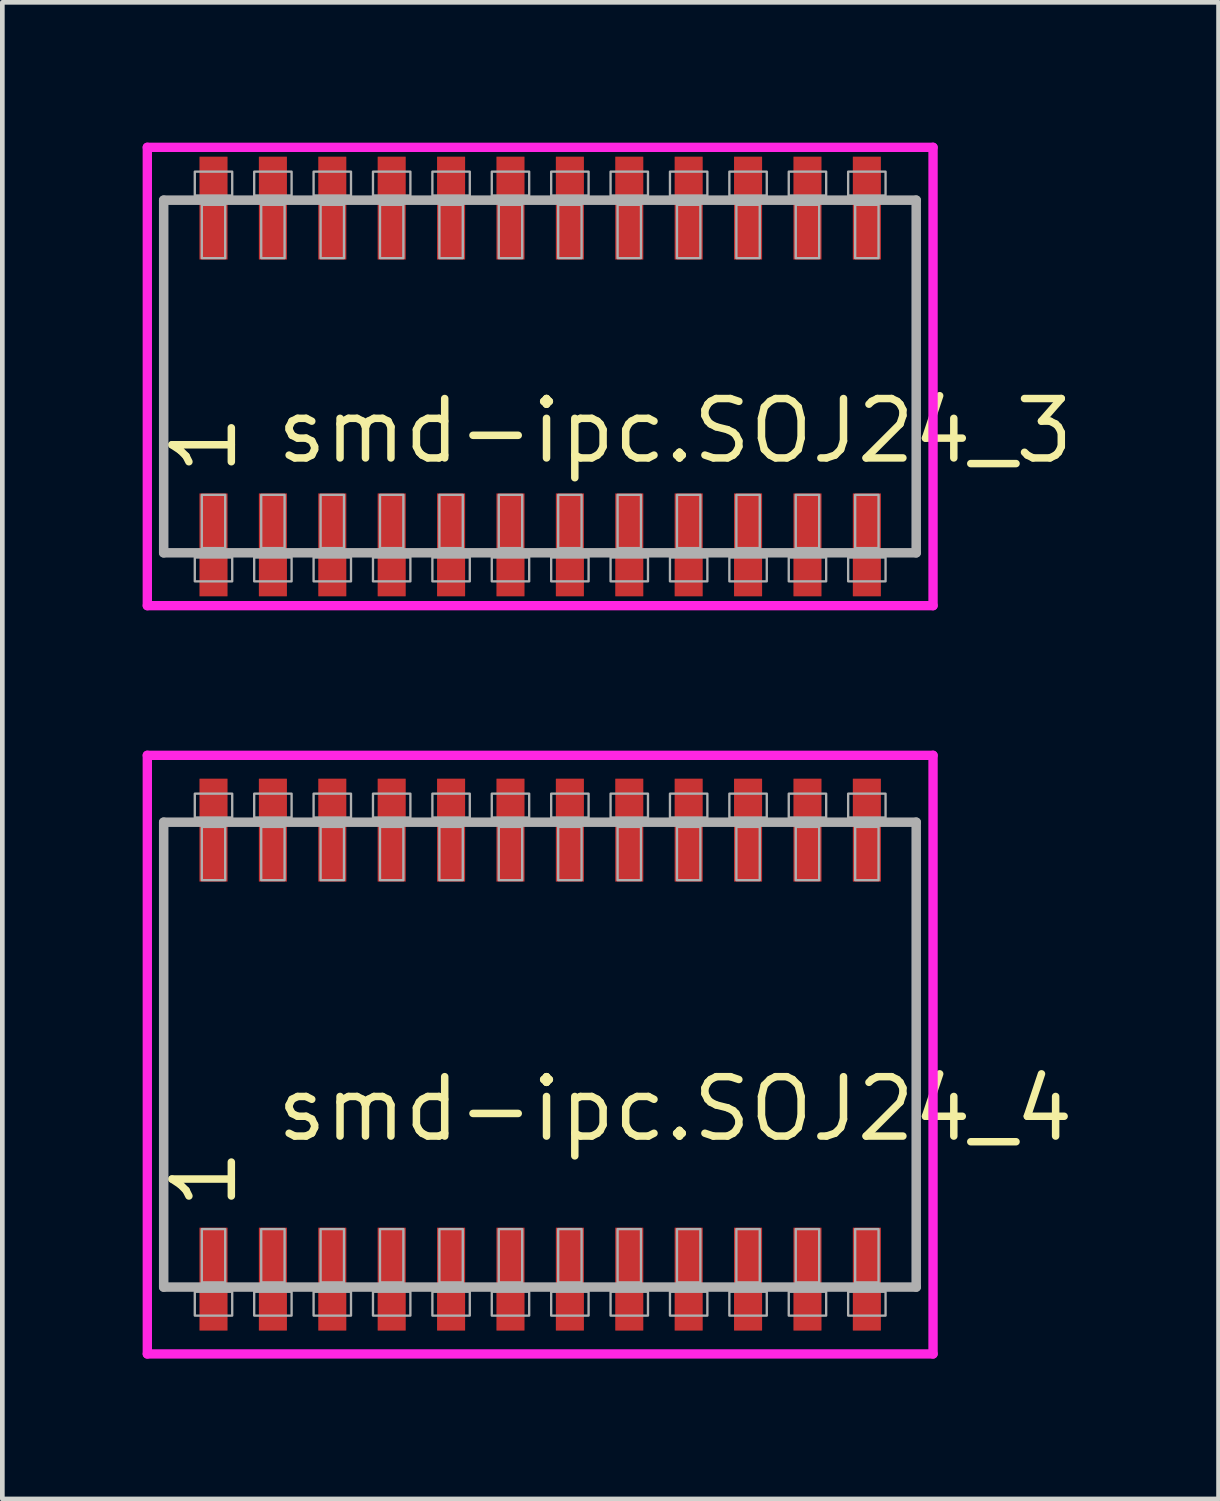
<source format=kicad_pcb>
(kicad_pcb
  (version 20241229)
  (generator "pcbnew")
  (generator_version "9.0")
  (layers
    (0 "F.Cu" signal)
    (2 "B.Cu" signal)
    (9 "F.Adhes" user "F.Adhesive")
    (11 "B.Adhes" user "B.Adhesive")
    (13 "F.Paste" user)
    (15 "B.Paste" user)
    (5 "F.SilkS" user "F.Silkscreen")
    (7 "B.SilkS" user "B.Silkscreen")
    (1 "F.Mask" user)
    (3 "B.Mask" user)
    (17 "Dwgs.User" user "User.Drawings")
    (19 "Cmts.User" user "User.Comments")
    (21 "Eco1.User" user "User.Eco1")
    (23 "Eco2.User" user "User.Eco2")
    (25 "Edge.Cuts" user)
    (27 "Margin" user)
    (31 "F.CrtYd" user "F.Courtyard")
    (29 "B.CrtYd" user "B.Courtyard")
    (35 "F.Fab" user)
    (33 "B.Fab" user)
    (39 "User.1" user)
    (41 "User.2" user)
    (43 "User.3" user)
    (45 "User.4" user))
  (footprint "smd-ipc.SOJ24_3"
    (layer "F.Cu")
    (at 8.5 5)
    (property "Reference" "smd-ipc.SOJ24_3" (at -5.715 1.905 0) (layer "F.SilkS") (effects (font (size 1.27 1.27) (thickness 0.16)) (justify left bottom)))
    (attr smd)
    (fp_line (start -8.4 -4.9) (end 8.4 -4.9) (stroke (width 0.2) (type default)) (layer "F.CrtYd"))
    (fp_line (start -8.4 4.9) (end -8.4 -4.9) (stroke (width 0.2) (type default)) (layer "F.CrtYd"))
    (fp_line (start 8.4 -4.9) (end 8.4 4.9) (stroke (width 0.2) (type default)) (layer "F.CrtYd"))
    (fp_line (start 8.4 4.9) (end -8.4 4.9) (stroke (width 0.2) (type default)) (layer "F.CrtYd"))
    (fp_line (start -8.05 -3.77) (end 8.04 -3.77) (stroke (width 0.203) (type default)) (layer "F.Fab"))
    (fp_line (start -8.05 3.77) (end -8.05 -3.77) (stroke (width 0.203) (type default)) (layer "F.Fab"))
    (fp_line (start 8.04 -3.77) (end 8.04 3.77) (stroke (width 0.203) (type default)) (layer "F.Fab"))
    (fp_line (start 8.04 3.77) (end -8.05 3.77) (stroke (width 0.203) (type default)) (layer "F.Fab"))
    (fp_rect (start -7.385 -3.87) (end -6.585 -4.38) (stroke (width 0.05) (type default)) (fill no) (layer "F.Fab"))
    (fp_rect (start -7.385 4.38) (end -6.585 3.87) (stroke (width 0.05) (type default)) (fill no) (layer "F.Fab"))
    (fp_rect (start -7.235 -2.53) (end -6.735 -3.67) (stroke (width 0.05) (type default)) (fill no) (layer "F.Fab"))
    (fp_rect (start -7.235 3.67) (end -6.735 2.53) (stroke (width 0.05) (type default)) (fill no) (layer "F.Fab"))
    (fp_rect (start -6.115 -3.87) (end -5.315 -4.38) (stroke (width 0.05) (type default)) (fill no) (layer "F.Fab"))
    (fp_rect (start -6.115 4.38) (end -5.315 3.87) (stroke (width 0.05) (type default)) (fill no) (layer "F.Fab"))
    (fp_rect (start -5.965 -2.53) (end -5.465 -3.67) (stroke (width 0.05) (type default)) (fill no) (layer "F.Fab"))
    (fp_rect (start -5.965 3.67) (end -5.465 2.53) (stroke (width 0.05) (type default)) (fill no) (layer "F.Fab"))
    (fp_rect (start -4.845 -3.87) (end -4.045 -4.38) (stroke (width 0.05) (type default)) (fill no) (layer "F.Fab"))
    (fp_rect (start -4.845 4.38) (end -4.045 3.87) (stroke (width 0.05) (type default)) (fill no) (layer "F.Fab"))
    (fp_rect (start -4.695 -2.53) (end -4.195 -3.67) (stroke (width 0.05) (type default)) (fill no) (layer "F.Fab"))
    (fp_rect (start -4.695 3.67) (end -4.195 2.53) (stroke (width 0.05) (type default)) (fill no) (layer "F.Fab"))
    (fp_rect (start -3.575 -3.87) (end -2.775 -4.38) (stroke (width 0.05) (type default)) (fill no) (layer "F.Fab"))
    (fp_rect (start -3.575 4.38) (end -2.775 3.87) (stroke (width 0.05) (type default)) (fill no) (layer "F.Fab"))
    (fp_rect (start -3.425 -2.53) (end -2.925 -3.67) (stroke (width 0.05) (type default)) (fill no) (layer "F.Fab"))
    (fp_rect (start -3.425 3.67) (end -2.925 2.53) (stroke (width 0.05) (type default)) (fill no) (layer "F.Fab"))
    (fp_rect (start -2.305 -3.87) (end -1.505 -4.38) (stroke (width 0.05) (type default)) (fill no) (layer "F.Fab"))
    (fp_rect (start -2.305 4.38) (end -1.505 3.87) (stroke (width 0.05) (type default)) (fill no) (layer "F.Fab"))
    (fp_rect (start -2.155 -2.53) (end -1.655 -3.67) (stroke (width 0.05) (type default)) (fill no) (layer "F.Fab"))
    (fp_rect (start -2.155 3.67) (end -1.655 2.53) (stroke (width 0.05) (type default)) (fill no) (layer "F.Fab"))
    (fp_rect (start -1.035 -3.87) (end -0.235 -4.38) (stroke (width 0.05) (type default)) (fill no) (layer "F.Fab"))
    (fp_rect (start -1.035 4.38) (end -0.235 3.87) (stroke (width 0.05) (type default)) (fill no) (layer "F.Fab"))
    (fp_rect (start -0.885 -2.53) (end -0.385 -3.67) (stroke (width 0.05) (type default)) (fill no) (layer "F.Fab"))
    (fp_rect (start -0.885 3.67) (end -0.385 2.53) (stroke (width 0.05) (type default)) (fill no) (layer "F.Fab"))
    (fp_rect (start 0.235 -3.87) (end 1.035 -4.38) (stroke (width 0.05) (type default)) (fill no) (layer "F.Fab"))
    (fp_rect (start 0.235 4.38) (end 1.035 3.87) (stroke (width 0.05) (type default)) (fill no) (layer "F.Fab"))
    (fp_rect (start 0.385 -2.53) (end 0.885 -3.67) (stroke (width 0.05) (type default)) (fill no) (layer "F.Fab"))
    (fp_rect (start 0.385 3.67) (end 0.885 2.53) (stroke (width 0.05) (type default)) (fill no) (layer "F.Fab"))
    (fp_rect (start 1.505 -3.87) (end 2.305 -4.38) (stroke (width 0.05) (type default)) (fill no) (layer "F.Fab"))
    (fp_rect (start 1.505 4.38) (end 2.305 3.87) (stroke (width 0.05) (type default)) (fill no) (layer "F.Fab"))
    (fp_rect (start 1.655 -2.53) (end 2.155 -3.67) (stroke (width 0.05) (type default)) (fill no) (layer "F.Fab"))
    (fp_rect (start 1.655 3.67) (end 2.155 2.53) (stroke (width 0.05) (type default)) (fill no) (layer "F.Fab"))
    (fp_rect (start 2.775 -3.87) (end 3.575 -4.38) (stroke (width 0.05) (type default)) (fill no) (layer "F.Fab"))
    (fp_rect (start 2.775 4.38) (end 3.575 3.87) (stroke (width 0.05) (type default)) (fill no) (layer "F.Fab"))
    (fp_rect (start 2.925 -2.53) (end 3.425 -3.67) (stroke (width 0.05) (type default)) (fill no) (layer "F.Fab"))
    (fp_rect (start 2.925 3.67) (end 3.425 2.53) (stroke (width 0.05) (type default)) (fill no) (layer "F.Fab"))
    (fp_rect (start 4.045 -3.87) (end 4.845 -4.38) (stroke (width 0.05) (type default)) (fill no) (layer "F.Fab"))
    (fp_rect (start 4.045 4.38) (end 4.845 3.87) (stroke (width 0.05) (type default)) (fill no) (layer "F.Fab"))
    (fp_rect (start 4.195 -2.53) (end 4.695 -3.67) (stroke (width 0.05) (type default)) (fill no) (layer "F.Fab"))
    (fp_rect (start 4.195 3.67) (end 4.695 2.53) (stroke (width 0.05) (type default)) (fill no) (layer "F.Fab"))
    (fp_rect (start 5.315 -3.87) (end 6.115 -4.38) (stroke (width 0.05) (type default)) (fill no) (layer "F.Fab"))
    (fp_rect (start 5.315 4.38) (end 6.115 3.87) (stroke (width 0.05) (type default)) (fill no) (layer "F.Fab"))
    (fp_rect (start 5.465 -2.53) (end 5.965 -3.67) (stroke (width 0.05) (type default)) (fill no) (layer "F.Fab"))
    (fp_rect (start 5.465 3.67) (end 5.965 2.53) (stroke (width 0.05) (type default)) (fill no) (layer "F.Fab"))
    (fp_rect (start 6.585 -3.87) (end 7.385 -4.38) (stroke (width 0.05) (type default)) (fill no) (layer "F.Fab"))
    (fp_rect (start 6.585 4.38) (end 7.385 3.87) (stroke (width 0.05) (type default)) (fill no) (layer "F.Fab"))
    (fp_rect (start 6.735 -2.53) (end 7.235 -3.67) (stroke (width 0.05) (type default)) (fill no) (layer "F.Fab"))
    (fp_rect (start 6.735 3.67) (end 7.235 2.53) (stroke (width 0.05) (type default)) (fill no) (layer "F.Fab"))
    (fp_text user "1" (at -6.44 2.17 90) (layer "F.SilkS") (effects (font (size 1.27 1.27) (thickness 0.16)) (justify left bottom)))
    (pad "1" smd roundrect (at -6.985 3.6) (size 0.6 2.2) (layers "F.Cu" "F.Mask" "F.Paste") (roundrect_rratio 0.01))
    (pad "2" smd roundrect (at -5.715 3.6) (size 0.6 2.2) (layers "F.Cu" "F.Mask" "F.Paste") (roundrect_rratio 0.01))
    (pad "3" smd roundrect (at -4.445 3.6) (size 0.6 2.2) (layers "F.Cu" "F.Mask" "F.Paste") (roundrect_rratio 0.01))
    (pad "4" smd roundrect (at -3.175 3.6) (size 0.6 2.2) (layers "F.Cu" "F.Mask" "F.Paste") (roundrect_rratio 0.01))
    (pad "5" smd roundrect (at -1.905 3.6) (size 0.6 2.2) (layers "F.Cu" "F.Mask" "F.Paste") (roundrect_rratio 0.01))
    (pad "6" smd roundrect (at -0.635 3.6) (size 0.6 2.2) (layers "F.Cu" "F.Mask" "F.Paste") (roundrect_rratio 0.01))
    (pad "7" smd roundrect (at 0.635 3.6) (size 0.6 2.2) (layers "F.Cu" "F.Mask" "F.Paste") (roundrect_rratio 0.01))
    (pad "8" smd roundrect (at 1.905 3.6) (size 0.6 2.2) (layers "F.Cu" "F.Mask" "F.Paste") (roundrect_rratio 0.01))
    (pad "9" smd roundrect (at 3.175 3.6) (size 0.6 2.2) (layers "F.Cu" "F.Mask" "F.Paste") (roundrect_rratio 0.01))
    (pad "10" smd roundrect (at 4.445 3.6) (size 0.6 2.2) (layers "F.Cu" "F.Mask" "F.Paste") (roundrect_rratio 0.01))
    (pad "11" smd roundrect (at 5.715 3.6) (size 0.6 2.2) (layers "F.Cu" "F.Mask" "F.Paste") (roundrect_rratio 0.01))
    (pad "12" smd roundrect (at 6.985 3.6) (size 0.6 2.2) (layers "F.Cu" "F.Mask" "F.Paste") (roundrect_rratio 0.01))
    (pad "13" smd roundrect (at 6.985 -3.6) (size 0.6 2.2) (layers "F.Cu" "F.Mask" "F.Paste") (roundrect_rratio 0.01))
    (pad "14" smd roundrect (at 5.715 -3.6) (size 0.6 2.2) (layers "F.Cu" "F.Mask" "F.Paste") (roundrect_rratio 0.01))
    (pad "15" smd roundrect (at 4.445 -3.6) (size 0.6 2.2) (layers "F.Cu" "F.Mask" "F.Paste") (roundrect_rratio 0.01))
    (pad "16" smd roundrect (at 3.175 -3.6) (size 0.6 2.2) (layers "F.Cu" "F.Mask" "F.Paste") (roundrect_rratio 0.01))
    (pad "17" smd roundrect (at 1.905 -3.6) (size 0.6 2.2) (layers "F.Cu" "F.Mask" "F.Paste") (roundrect_rratio 0.01))
    (pad "18" smd roundrect (at 0.635 -3.6) (size 0.6 2.2) (layers "F.Cu" "F.Mask" "F.Paste") (roundrect_rratio 0.01))
    (pad "19" smd roundrect (at -0.635 -3.6) (size 0.6 2.2) (layers "F.Cu" "F.Mask" "F.Paste") (roundrect_rratio 0.01))
    (pad "20" smd roundrect (at -1.905 -3.6) (size 0.6 2.2) (layers "F.Cu" "F.Mask" "F.Paste") (roundrect_rratio 0.01))
    (pad "21" smd roundrect (at -3.175 -3.6) (size 0.6 2.2) (layers "F.Cu" "F.Mask" "F.Paste") (roundrect_rratio 0.01))
    (pad "22" smd roundrect (at -4.445 -3.6) (size 0.6 2.2) (layers "F.Cu" "F.Mask" "F.Paste") (roundrect_rratio 0.01))
    (pad "23" smd roundrect (at -5.715 -3.6) (size 0.6 2.2) (layers "F.Cu" "F.Mask" "F.Paste") (roundrect_rratio 0.01))
    (pad "24" smd roundrect (at -6.985 -3.6) (size 0.6 2.2) (layers "F.Cu" "F.Mask" "F.Paste") (roundrect_rratio 0.01)))
  (footprint "smd-ipc.SOJ24_4"
    (layer "F.Cu")
    (at 8.5 19.5)
    (property "Reference" "smd-ipc.SOJ24_4" (at -5.715 1.905 0) (layer "F.SilkS") (effects (font (size 1.27 1.27) (thickness 0.16)) (justify left bottom)))
    (attr smd)
    (fp_line (start -8.4 -6.4) (end 8.4 -6.4) (stroke (width 0.2) (type default)) (layer "F.CrtYd"))
    (fp_line (start -8.4 6.4) (end -8.4 -6.4) (stroke (width 0.2) (type default)) (layer "F.CrtYd"))
    (fp_line (start 8.4 -6.4) (end 8.4 6.4) (stroke (width 0.2) (type default)) (layer "F.CrtYd"))
    (fp_line (start 8.4 6.4) (end -8.4 6.4) (stroke (width 0.2) (type default)) (layer "F.CrtYd"))
    (fp_line (start -8.05 -4.97) (end 8.04 -4.97) (stroke (width 0.203) (type default)) (layer "F.Fab"))
    (fp_line (start -8.05 4.97) (end -8.05 -4.97) (stroke (width 0.203) (type default)) (layer "F.Fab"))
    (fp_line (start 8.04 -4.97) (end 8.04 4.97) (stroke (width 0.203) (type default)) (layer "F.Fab"))
    (fp_line (start 8.04 4.97) (end -8.05 4.97) (stroke (width 0.203) (type default)) (layer "F.Fab"))
    (fp_rect (start -7.385 -5.07) (end -6.585 -5.58) (stroke (width 0.05) (type default)) (fill no) (layer "F.Fab"))
    (fp_rect (start -7.385 5.58) (end -6.585 5.07) (stroke (width 0.05) (type default)) (fill no) (layer "F.Fab"))
    (fp_rect (start -7.235 -3.73) (end -6.735 -4.87) (stroke (width 0.05) (type default)) (fill no) (layer "F.Fab"))
    (fp_rect (start -7.235 4.87) (end -6.735 3.73) (stroke (width 0.05) (type default)) (fill no) (layer "F.Fab"))
    (fp_rect (start -6.115 -5.07) (end -5.315 -5.58) (stroke (width 0.05) (type default)) (fill no) (layer "F.Fab"))
    (fp_rect (start -6.115 5.58) (end -5.315 5.07) (stroke (width 0.05) (type default)) (fill no) (layer "F.Fab"))
    (fp_rect (start -5.965 -3.73) (end -5.465 -4.87) (stroke (width 0.05) (type default)) (fill no) (layer "F.Fab"))
    (fp_rect (start -5.965 4.87) (end -5.465 3.73) (stroke (width 0.05) (type default)) (fill no) (layer "F.Fab"))
    (fp_rect (start -4.845 -5.07) (end -4.045 -5.58) (stroke (width 0.05) (type default)) (fill no) (layer "F.Fab"))
    (fp_rect (start -4.845 5.58) (end -4.045 5.07) (stroke (width 0.05) (type default)) (fill no) (layer "F.Fab"))
    (fp_rect (start -4.695 -3.73) (end -4.195 -4.87) (stroke (width 0.05) (type default)) (fill no) (layer "F.Fab"))
    (fp_rect (start -4.695 4.87) (end -4.195 3.73) (stroke (width 0.05) (type default)) (fill no) (layer "F.Fab"))
    (fp_rect (start -3.575 -5.07) (end -2.775 -5.58) (stroke (width 0.05) (type default)) (fill no) (layer "F.Fab"))
    (fp_rect (start -3.575 5.58) (end -2.775 5.07) (stroke (width 0.05) (type default)) (fill no) (layer "F.Fab"))
    (fp_rect (start -3.425 -3.73) (end -2.925 -4.87) (stroke (width 0.05) (type default)) (fill no) (layer "F.Fab"))
    (fp_rect (start -3.425 4.87) (end -2.925 3.73) (stroke (width 0.05) (type default)) (fill no) (layer "F.Fab"))
    (fp_rect (start -2.305 -5.07) (end -1.505 -5.58) (stroke (width 0.05) (type default)) (fill no) (layer "F.Fab"))
    (fp_rect (start -2.305 5.58) (end -1.505 5.07) (stroke (width 0.05) (type default)) (fill no) (layer "F.Fab"))
    (fp_rect (start -2.155 -3.73) (end -1.655 -4.87) (stroke (width 0.05) (type default)) (fill no) (layer "F.Fab"))
    (fp_rect (start -2.155 4.87) (end -1.655 3.73) (stroke (width 0.05) (type default)) (fill no) (layer "F.Fab"))
    (fp_rect (start -1.035 -5.07) (end -0.235 -5.58) (stroke (width 0.05) (type default)) (fill no) (layer "F.Fab"))
    (fp_rect (start -1.035 5.58) (end -0.235 5.07) (stroke (width 0.05) (type default)) (fill no) (layer "F.Fab"))
    (fp_rect (start -0.885 -3.73) (end -0.385 -4.87) (stroke (width 0.05) (type default)) (fill no) (layer "F.Fab"))
    (fp_rect (start -0.885 4.87) (end -0.385 3.73) (stroke (width 0.05) (type default)) (fill no) (layer "F.Fab"))
    (fp_rect (start 0.235 -5.07) (end 1.035 -5.58) (stroke (width 0.05) (type default)) (fill no) (layer "F.Fab"))
    (fp_rect (start 0.235 5.58) (end 1.035 5.07) (stroke (width 0.05) (type default)) (fill no) (layer "F.Fab"))
    (fp_rect (start 0.385 -3.73) (end 0.885 -4.87) (stroke (width 0.05) (type default)) (fill no) (layer "F.Fab"))
    (fp_rect (start 0.385 4.87) (end 0.885 3.73) (stroke (width 0.05) (type default)) (fill no) (layer "F.Fab"))
    (fp_rect (start 1.505 -5.07) (end 2.305 -5.58) (stroke (width 0.05) (type default)) (fill no) (layer "F.Fab"))
    (fp_rect (start 1.505 5.58) (end 2.305 5.07) (stroke (width 0.05) (type default)) (fill no) (layer "F.Fab"))
    (fp_rect (start 1.655 -3.73) (end 2.155 -4.87) (stroke (width 0.05) (type default)) (fill no) (layer "F.Fab"))
    (fp_rect (start 1.655 4.87) (end 2.155 3.73) (stroke (width 0.05) (type default)) (fill no) (layer "F.Fab"))
    (fp_rect (start 2.775 -5.07) (end 3.575 -5.58) (stroke (width 0.05) (type default)) (fill no) (layer "F.Fab"))
    (fp_rect (start 2.775 5.58) (end 3.575 5.07) (stroke (width 0.05) (type default)) (fill no) (layer "F.Fab"))
    (fp_rect (start 2.925 -3.73) (end 3.425 -4.87) (stroke (width 0.05) (type default)) (fill no) (layer "F.Fab"))
    (fp_rect (start 2.925 4.87) (end 3.425 3.73) (stroke (width 0.05) (type default)) (fill no) (layer "F.Fab"))
    (fp_rect (start 4.045 -5.07) (end 4.845 -5.58) (stroke (width 0.05) (type default)) (fill no) (layer "F.Fab"))
    (fp_rect (start 4.045 5.58) (end 4.845 5.07) (stroke (width 0.05) (type default)) (fill no) (layer "F.Fab"))
    (fp_rect (start 4.195 -3.73) (end 4.695 -4.87) (stroke (width 0.05) (type default)) (fill no) (layer "F.Fab"))
    (fp_rect (start 4.195 4.87) (end 4.695 3.73) (stroke (width 0.05) (type default)) (fill no) (layer "F.Fab"))
    (fp_rect (start 5.315 -5.07) (end 6.115 -5.58) (stroke (width 0.05) (type default)) (fill no) (layer "F.Fab"))
    (fp_rect (start 5.315 5.58) (end 6.115 5.07) (stroke (width 0.05) (type default)) (fill no) (layer "F.Fab"))
    (fp_rect (start 5.465 -3.73) (end 5.965 -4.87) (stroke (width 0.05) (type default)) (fill no) (layer "F.Fab"))
    (fp_rect (start 5.465 4.87) (end 5.965 3.73) (stroke (width 0.05) (type default)) (fill no) (layer "F.Fab"))
    (fp_rect (start 6.585 -5.07) (end 7.385 -5.58) (stroke (width 0.05) (type default)) (fill no) (layer "F.Fab"))
    (fp_rect (start 6.585 5.58) (end 7.385 5.07) (stroke (width 0.05) (type default)) (fill no) (layer "F.Fab"))
    (fp_rect (start 6.735 -3.73) (end 7.235 -4.87) (stroke (width 0.05) (type default)) (fill no) (layer "F.Fab"))
    (fp_rect (start 6.735 4.87) (end 7.235 3.73) (stroke (width 0.05) (type default)) (fill no) (layer "F.Fab"))
    (fp_text user "1" (at -6.44 3.37 90) (layer "F.SilkS") (effects (font (size 1.27 1.27) (thickness 0.16)) (justify left bottom)))
    (pad "1" smd roundrect (at -6.985 4.8) (size 0.6 2.2) (layers "F.Cu" "F.Mask" "F.Paste") (roundrect_rratio 0.01))
    (pad "2" smd roundrect (at -5.715 4.8) (size 0.6 2.2) (layers "F.Cu" "F.Mask" "F.Paste") (roundrect_rratio 0.01))
    (pad "3" smd roundrect (at -4.445 4.8) (size 0.6 2.2) (layers "F.Cu" "F.Mask" "F.Paste") (roundrect_rratio 0.01))
    (pad "4" smd roundrect (at -3.175 4.8) (size 0.6 2.2) (layers "F.Cu" "F.Mask" "F.Paste") (roundrect_rratio 0.01))
    (pad "5" smd roundrect (at -1.905 4.8) (size 0.6 2.2) (layers "F.Cu" "F.Mask" "F.Paste") (roundrect_rratio 0.01))
    (pad "6" smd roundrect (at -0.635 4.8) (size 0.6 2.2) (layers "F.Cu" "F.Mask" "F.Paste") (roundrect_rratio 0.01))
    (pad "7" smd roundrect (at 0.635 4.8) (size 0.6 2.2) (layers "F.Cu" "F.Mask" "F.Paste") (roundrect_rratio 0.01))
    (pad "8" smd roundrect (at 1.905 4.8) (size 0.6 2.2) (layers "F.Cu" "F.Mask" "F.Paste") (roundrect_rratio 0.01))
    (pad "9" smd roundrect (at 3.175 4.8) (size 0.6 2.2) (layers "F.Cu" "F.Mask" "F.Paste") (roundrect_rratio 0.01))
    (pad "10" smd roundrect (at 4.445 4.8) (size 0.6 2.2) (layers "F.Cu" "F.Mask" "F.Paste") (roundrect_rratio 0.01))
    (pad "11" smd roundrect (at 5.715 4.8) (size 0.6 2.2) (layers "F.Cu" "F.Mask" "F.Paste") (roundrect_rratio 0.01))
    (pad "12" smd roundrect (at 6.985 4.8) (size 0.6 2.2) (layers "F.Cu" "F.Mask" "F.Paste") (roundrect_rratio 0.01))
    (pad "13" smd roundrect (at 6.985 -4.8) (size 0.6 2.2) (layers "F.Cu" "F.Mask" "F.Paste") (roundrect_rratio 0.01))
    (pad "14" smd roundrect (at 5.715 -4.8) (size 0.6 2.2) (layers "F.Cu" "F.Mask" "F.Paste") (roundrect_rratio 0.01))
    (pad "15" smd roundrect (at 4.445 -4.8) (size 0.6 2.2) (layers "F.Cu" "F.Mask" "F.Paste") (roundrect_rratio 0.01))
    (pad "16" smd roundrect (at 3.175 -4.8) (size 0.6 2.2) (layers "F.Cu" "F.Mask" "F.Paste") (roundrect_rratio 0.01))
    (pad "17" smd roundrect (at 1.905 -4.8) (size 0.6 2.2) (layers "F.Cu" "F.Mask" "F.Paste") (roundrect_rratio 0.01))
    (pad "18" smd roundrect (at 0.635 -4.8) (size 0.6 2.2) (layers "F.Cu" "F.Mask" "F.Paste") (roundrect_rratio 0.01))
    (pad "19" smd roundrect (at -0.635 -4.8) (size 0.6 2.2) (layers "F.Cu" "F.Mask" "F.Paste") (roundrect_rratio 0.01))
    (pad "20" smd roundrect (at -1.905 -4.8) (size 0.6 2.2) (layers "F.Cu" "F.Mask" "F.Paste") (roundrect_rratio 0.01))
    (pad "21" smd roundrect (at -3.175 -4.8) (size 0.6 2.2) (layers "F.Cu" "F.Mask" "F.Paste") (roundrect_rratio 0.01))
    (pad "22" smd roundrect (at -4.445 -4.8) (size 0.6 2.2) (layers "F.Cu" "F.Mask" "F.Paste") (roundrect_rratio 0.01))
    (pad "23" smd roundrect (at -5.715 -4.8) (size 0.6 2.2) (layers "F.Cu" "F.Mask" "F.Paste") (roundrect_rratio 0.01))
    (pad "24" smd roundrect (at -6.985 -4.8) (size 0.6 2.2) (layers "F.Cu" "F.Mask" "F.Paste") (roundrect_rratio 0.01)))
  (gr_rect
    (start -3 -3)
    (end 23.005 29)
    (stroke (width 0.1) (type default))
    (fill no)
    (layer "Edge.Cuts")))
</source>
